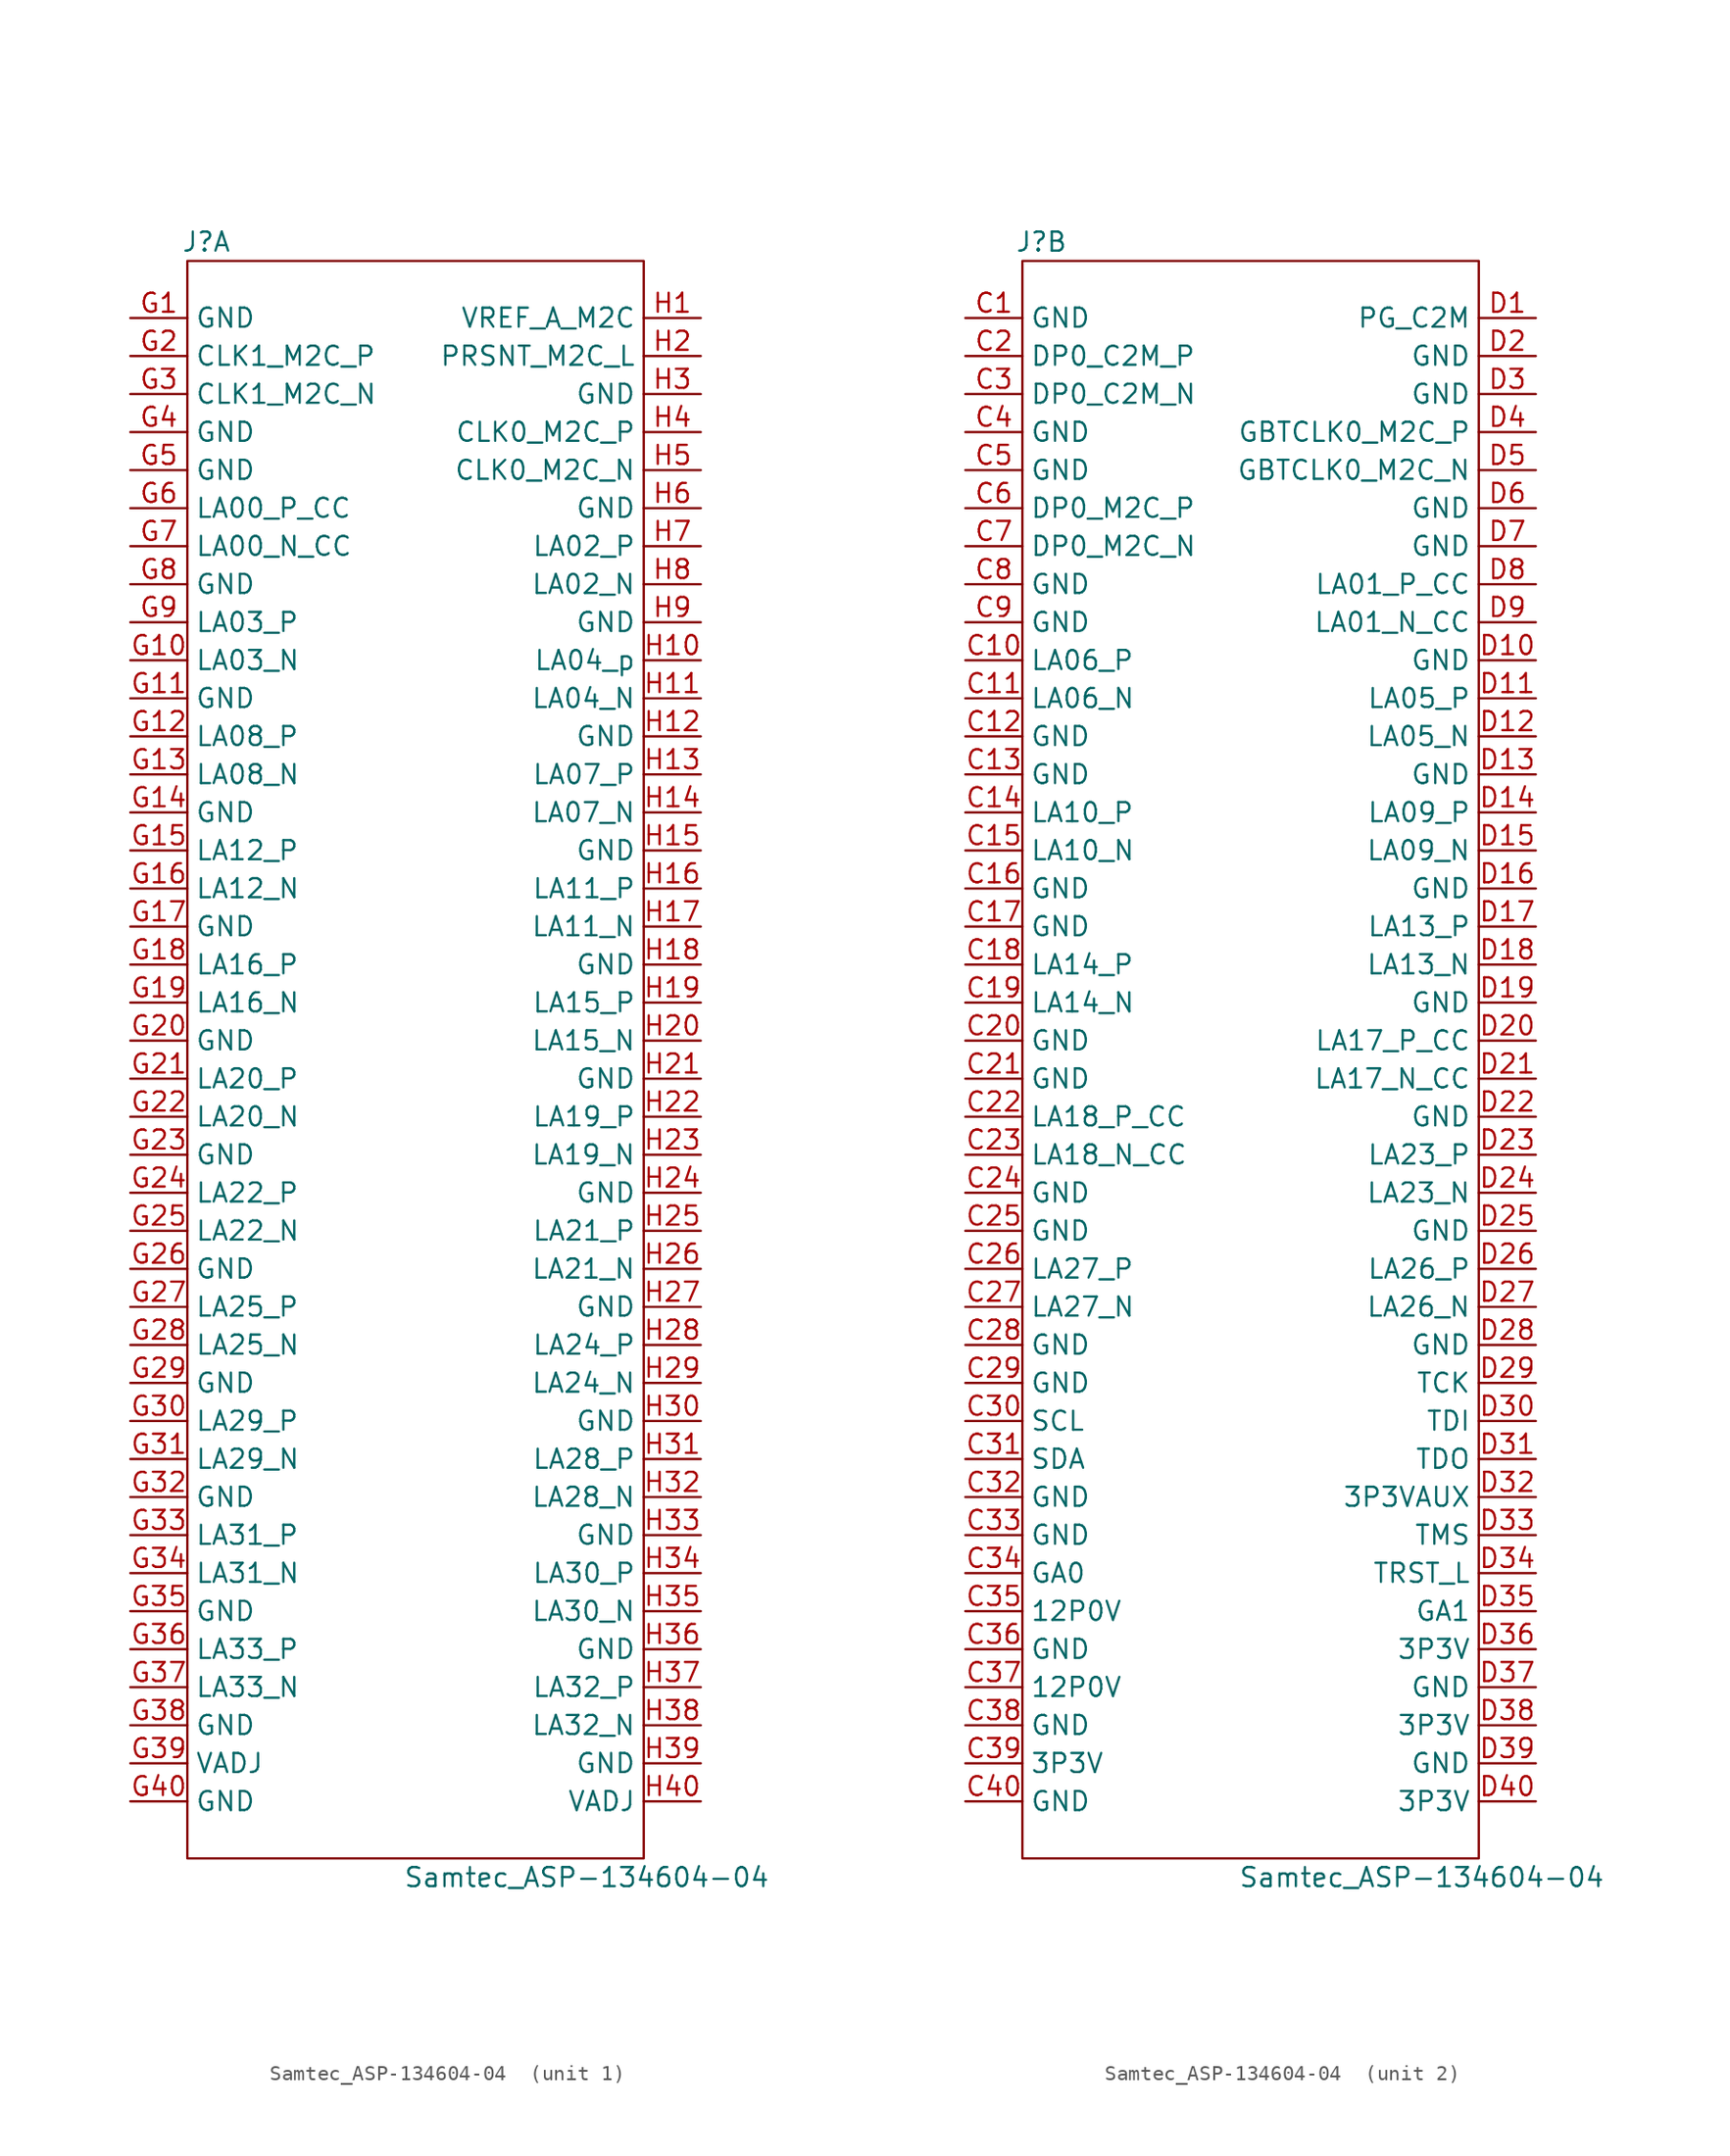
<source format=kicad_sym>
(kicad_symbol_lib
  (version 20211014)
  (generator kicad_symbol_editor)
  (symbol "Samtec_ASP-134604-04 "
    (property "Reference" "J"
      (at -13.97 54.61 0)
      (effects (font (size 1.27 1.27))))
    (property "Value" "Samtec_ASP-134604-04 "
      (at 11.43 -54.61 0)
      (effects (font (size 1.27 1.27))))
    (property "ki_locked" ""
      (at 0 0 0)
      (effects (font (size 1.27 1.27))))
    (symbol "Samtec_ASP-134604-04 _0_1"
      (rectangle (start -15.24 53.34) (end 15.24 -53.34) (stroke (width 0) (type default) (color 0 0 0 0)) (fill (type none))))
    (symbol "Samtec_ASP-134604-04 _1_1"
      (pin passive line (at -19.05 49.53 0) (length 3.81) (name "GND" (effects (font (size 1.27 1.27)))) (number "G1" (effects (font (size 1.27 1.27)))))
      (pin passive line (at -19.05 26.67 0) (length 3.81) (name "LA03_N" (effects (font (size 1.27 1.27)))) (number "G10" (effects (font (size 1.27 1.27)))))
      (pin passive line (at -19.05 24.13 0) (length 3.81) (name "GND" (effects (font (size 1.27 1.27)))) (number "G11" (effects (font (size 1.27 1.27)))))
      (pin passive line (at -19.05 21.59 0) (length 3.81) (name "LA08_P" (effects (font (size 1.27 1.27)))) (number "G12" (effects (font (size 1.27 1.27)))))
      (pin passive line (at -19.05 19.05 0) (length 3.81) (name "LA08_N" (effects (font (size 1.27 1.27)))) (number "G13" (effects (font (size 1.27 1.27)))))
      (pin passive line (at -19.05 16.51 0) (length 3.81) (name "GND" (effects (font (size 1.27 1.27)))) (number "G14" (effects (font (size 1.27 1.27)))))
      (pin passive line (at -19.05 13.97 0) (length 3.81) (name "LA12_P" (effects (font (size 1.27 1.27)))) (number "G15" (effects (font (size 1.27 1.27)))))
      (pin passive line (at -19.05 11.43 0) (length 3.81) (name "LA12_N" (effects (font (size 1.27 1.27)))) (number "G16" (effects (font (size 1.27 1.27)))))
      (pin passive line (at -19.05 8.89 0) (length 3.81) (name "GND" (effects (font (size 1.27 1.27)))) (number "G17" (effects (font (size 1.27 1.27)))))
      (pin passive line (at -19.05 6.35 0) (length 3.81) (name "LA16_P" (effects (font (size 1.27 1.27)))) (number "G18" (effects (font (size 1.27 1.27)))))
      (pin passive line (at -19.05 3.81 0) (length 3.81) (name "LA16_N" (effects (font (size 1.27 1.27)))) (number "G19" (effects (font (size 1.27 1.27)))))
      (pin output line (at -19.05 46.99 0) (length 3.81) (name "CLK1_M2C_P" (effects (font (size 1.27 1.27)))) (number "G2" (effects (font (size 1.27 1.27)))))
      (pin passive line (at -19.05 1.27 0) (length 3.81) (name "GND" (effects (font (size 1.27 1.27)))) (number "G20" (effects (font (size 1.27 1.27)))))
      (pin passive line (at -19.05 -1.27 0) (length 3.81) (name "LA20_P" (effects (font (size 1.27 1.27)))) (number "G21" (effects (font (size 1.27 1.27)))))
      (pin passive line (at -19.05 -3.81 0) (length 3.81) (name "LA20_N" (effects (font (size 1.27 1.27)))) (number "G22" (effects (font (size 1.27 1.27)))))
      (pin passive line (at -19.05 -6.35 0) (length 3.81) (name "GND" (effects (font (size 1.27 1.27)))) (number "G23" (effects (font (size 1.27 1.27)))))
      (pin passive line (at -19.05 -8.89 0) (length 3.81) (name "LA22_P" (effects (font (size 1.27 1.27)))) (number "G24" (effects (font (size 1.27 1.27)))))
      (pin passive line (at -19.05 -11.43 0) (length 3.81) (name "LA22_N" (effects (font (size 1.27 1.27)))) (number "G25" (effects (font (size 1.27 1.27)))))
      (pin passive line (at -19.05 -13.97 0) (length 3.81) (name "GND" (effects (font (size 1.27 1.27)))) (number "G26" (effects (font (size 1.27 1.27)))))
      (pin passive line (at -19.05 -16.51 0) (length 3.81) (name "LA25_P" (effects (font (size 1.27 1.27)))) (number "G27" (effects (font (size 1.27 1.27)))))
      (pin passive line (at -19.05 -19.05 0) (length 3.81) (name "LA25_N" (effects (font (size 1.27 1.27)))) (number "G28" (effects (font (size 1.27 1.27)))))
      (pin passive line (at -19.05 -21.59 0) (length 3.81) (name "GND" (effects (font (size 1.27 1.27)))) (number "G29" (effects (font (size 1.27 1.27)))))
      (pin output line (at -19.05 44.45 0) (length 3.81) (name "CLK1_M2C_N" (effects (font (size 1.27 1.27)))) (number "G3" (effects (font (size 1.27 1.27)))))
      (pin passive line (at -19.05 -24.13 0) (length 3.81) (name "LA29_P" (effects (font (size 1.27 1.27)))) (number "G30" (effects (font (size 1.27 1.27)))))
      (pin passive line (at -19.05 -26.67 0) (length 3.81) (name "LA29_N" (effects (font (size 1.27 1.27)))) (number "G31" (effects (font (size 1.27 1.27)))))
      (pin passive line (at -19.05 -29.21 0) (length 3.81) (name "GND" (effects (font (size 1.27 1.27)))) (number "G32" (effects (font (size 1.27 1.27)))))
      (pin passive line (at -19.05 -31.75 0) (length 3.81) (name "LA31_P" (effects (font (size 1.27 1.27)))) (number "G33" (effects (font (size 1.27 1.27)))))
      (pin passive line (at -19.05 -34.29 0) (length 3.81) (name "LA31_N" (effects (font (size 1.27 1.27)))) (number "G34" (effects (font (size 1.27 1.27)))))
      (pin passive line (at -19.05 -36.83 0) (length 3.81) (name "GND" (effects (font (size 1.27 1.27)))) (number "G35" (effects (font (size 1.27 1.27)))))
      (pin passive line (at -19.05 -39.37 0) (length 3.81) (name "LA33_P" (effects (font (size 1.27 1.27)))) (number "G36" (effects (font (size 1.27 1.27)))))
      (pin passive line (at -19.05 -41.91 0) (length 3.81) (name "LA33_N" (effects (font (size 1.27 1.27)))) (number "G37" (effects (font (size 1.27 1.27)))))
      (pin passive line (at -19.05 -44.45 0) (length 3.81) (name "GND" (effects (font (size 1.27 1.27)))) (number "G38" (effects (font (size 1.27 1.27)))))
      (pin passive line (at -19.05 -46.99 0) (length 3.81) (name "VADJ" (effects (font (size 1.27 1.27)))) (number "G39" (effects (font (size 1.27 1.27)))))
      (pin passive line (at -19.05 41.91 0) (length 3.81) (name "GND" (effects (font (size 1.27 1.27)))) (number "G4" (effects (font (size 1.27 1.27)))))
      (pin passive line (at -19.05 -49.53 0) (length 3.81) (name "GND" (effects (font (size 1.27 1.27)))) (number "G40" (effects (font (size 1.27 1.27)))))
      (pin passive line (at -19.05 39.37 0) (length 3.81) (name "GND" (effects (font (size 1.27 1.27)))) (number "G5" (effects (font (size 1.27 1.27)))))
      (pin passive line (at -19.05 36.83 0) (length 3.81) (name "LA00_P_CC" (effects (font (size 1.27 1.27)))) (number "G6" (effects (font (size 1.27 1.27)))))
      (pin passive line (at -19.05 34.29 0) (length 3.81) (name "LA00_N_CC" (effects (font (size 1.27 1.27)))) (number "G7" (effects (font (size 1.27 1.27)))))
      (pin passive line (at -19.05 31.75 0) (length 3.81) (name "GND" (effects (font (size 1.27 1.27)))) (number "G8" (effects (font (size 1.27 1.27)))))
      (pin passive line (at -19.05 29.21 0) (length 3.81) (name "LA03_P" (effects (font (size 1.27 1.27)))) (number "G9" (effects (font (size 1.27 1.27)))))
      (pin passive line (at 19.05 49.53 180) (length 3.81) (name "VREF_A_M2C" (effects (font (size 1.27 1.27)))) (number "H1" (effects (font (size 1.27 1.27)))))
      (pin passive line (at 19.05 26.67 180) (length 3.81) (name "LA04_p" (effects (font (size 1.27 1.27)))) (number "H10" (effects (font (size 1.27 1.27)))))
      (pin passive line (at 19.05 24.13 180) (length 3.81) (name "LA04_N" (effects (font (size 1.27 1.27)))) (number "H11" (effects (font (size 1.27 1.27)))))
      (pin passive line (at 19.05 21.59 180) (length 3.81) (name "GND" (effects (font (size 1.27 1.27)))) (number "H12" (effects (font (size 1.27 1.27)))))
      (pin passive line (at 19.05 19.05 180) (length 3.81) (name "LA07_P" (effects (font (size 1.27 1.27)))) (number "H13" (effects (font (size 1.27 1.27)))))
      (pin passive line (at 19.05 16.51 180) (length 3.81) (name "LA07_N" (effects (font (size 1.27 1.27)))) (number "H14" (effects (font (size 1.27 1.27)))))
      (pin passive line (at 19.05 13.97 180) (length 3.81) (name "GND" (effects (font (size 1.27 1.27)))) (number "H15" (effects (font (size 1.27 1.27)))))
      (pin passive line (at 19.05 11.43 180) (length 3.81) (name "LA11_P" (effects (font (size 1.27 1.27)))) (number "H16" (effects (font (size 1.27 1.27)))))
      (pin passive line (at 19.05 8.89 180) (length 3.81) (name "LA11_N" (effects (font (size 1.27 1.27)))) (number "H17" (effects (font (size 1.27 1.27)))))
      (pin passive line (at 19.05 6.35 180) (length 3.81) (name "GND" (effects (font (size 1.27 1.27)))) (number "H18" (effects (font (size 1.27 1.27)))))
      (pin passive line (at 19.05 3.81 180) (length 3.81) (name "LA15_P" (effects (font (size 1.27 1.27)))) (number "H19" (effects (font (size 1.27 1.27)))))
      (pin passive line (at 19.05 46.99 180) (length 3.81) (name "PRSNT_M2C_L" (effects (font (size 1.27 1.27)))) (number "H2" (effects (font (size 1.27 1.27)))))
      (pin passive line (at 19.05 1.27 180) (length 3.81) (name "LA15_N" (effects (font (size 1.27 1.27)))) (number "H20" (effects (font (size 1.27 1.27)))))
      (pin passive line (at 19.05 -1.27 180) (length 3.81) (name "GND" (effects (font (size 1.27 1.27)))) (number "H21" (effects (font (size 1.27 1.27)))))
      (pin passive line (at 19.05 -3.81 180) (length 3.81) (name "LA19_P" (effects (font (size 1.27 1.27)))) (number "H22" (effects (font (size 1.27 1.27)))))
      (pin passive line (at 19.05 -6.35 180) (length 3.81) (name "LA19_N" (effects (font (size 1.27 1.27)))) (number "H23" (effects (font (size 1.27 1.27)))))
      (pin passive line (at 19.05 -8.89 180) (length 3.81) (name "GND" (effects (font (size 1.27 1.27)))) (number "H24" (effects (font (size 1.27 1.27)))))
      (pin passive line (at 19.05 -11.43 180) (length 3.81) (name "LA21_P" (effects (font (size 1.27 1.27)))) (number "H25" (effects (font (size 1.27 1.27)))))
      (pin passive line (at 19.05 -13.97 180) (length 3.81) (name "LA21_N" (effects (font (size 1.27 1.27)))) (number "H26" (effects (font (size 1.27 1.27)))))
      (pin passive line (at 19.05 -16.51 180) (length 3.81) (name "GND" (effects (font (size 1.27 1.27)))) (number "H27" (effects (font (size 1.27 1.27)))))
      (pin passive line (at 19.05 -19.05 180) (length 3.81) (name "LA24_P" (effects (font (size 1.27 1.27)))) (number "H28" (effects (font (size 1.27 1.27)))))
      (pin passive line (at 19.05 -21.59 180) (length 3.81) (name "LA24_N" (effects (font (size 1.27 1.27)))) (number "H29" (effects (font (size 1.27 1.27)))))
      (pin passive line (at 19.05 44.45 180) (length 3.81) (name "GND" (effects (font (size 1.27 1.27)))) (number "H3" (effects (font (size 1.27 1.27)))))
      (pin passive line (at 19.05 -24.13 180) (length 3.81) (name "GND" (effects (font (size 1.27 1.27)))) (number "H30" (effects (font (size 1.27 1.27)))))
      (pin passive line (at 19.05 -26.67 180) (length 3.81) (name "LA28_P" (effects (font (size 1.27 1.27)))) (number "H31" (effects (font (size 1.27 1.27)))))
      (pin passive line (at 19.05 -29.21 180) (length 3.81) (name "LA28_N" (effects (font (size 1.27 1.27)))) (number "H32" (effects (font (size 1.27 1.27)))))
      (pin passive line (at 19.05 -31.75 180) (length 3.81) (name "GND" (effects (font (size 1.27 1.27)))) (number "H33" (effects (font (size 1.27 1.27)))))
      (pin passive line (at 19.05 -34.29 180) (length 3.81) (name "LA30_P" (effects (font (size 1.27 1.27)))) (number "H34" (effects (font (size 1.27 1.27)))))
      (pin passive line (at 19.05 -36.83 180) (length 3.81) (name "LA30_N" (effects (font (size 1.27 1.27)))) (number "H35" (effects (font (size 1.27 1.27)))))
      (pin passive line (at 19.05 -39.37 180) (length 3.81) (name "GND" (effects (font (size 1.27 1.27)))) (number "H36" (effects (font (size 1.27 1.27)))))
      (pin passive line (at 19.05 -41.91 180) (length 3.81) (name "LA32_P" (effects (font (size 1.27 1.27)))) (number "H37" (effects (font (size 1.27 1.27)))))
      (pin passive line (at 19.05 -44.45 180) (length 3.81) (name "LA32_N" (effects (font (size 1.27 1.27)))) (number "H38" (effects (font (size 1.27 1.27)))))
      (pin passive line (at 19.05 -46.99 180) (length 3.81) (name "GND" (effects (font (size 1.27 1.27)))) (number "H39" (effects (font (size 1.27 1.27)))))
      (pin output line (at 19.05 41.91 180) (length 3.81) (name "CLK0_M2C_P" (effects (font (size 1.27 1.27)))) (number "H4" (effects (font (size 1.27 1.27)))))
      (pin passive line (at 19.05 -49.53 180) (length 3.81) (name "VADJ" (effects (font (size 1.27 1.27)))) (number "H40" (effects (font (size 1.27 1.27)))))
      (pin output line (at 19.05 39.37 180) (length 3.81) (name "CLK0_M2C_N" (effects (font (size 1.27 1.27)))) (number "H5" (effects (font (size 1.27 1.27)))))
      (pin passive line (at 19.05 36.83 180) (length 3.81) (name "GND" (effects (font (size 1.27 1.27)))) (number "H6" (effects (font (size 1.27 1.27)))))
      (pin passive line (at 19.05 34.29 180) (length 3.81) (name "LA02_P" (effects (font (size 1.27 1.27)))) (number "H7" (effects (font (size 1.27 1.27)))))
      (pin passive line (at 19.05 31.75 180) (length 3.81) (name "LA02_N" (effects (font (size 1.27 1.27)))) (number "H8" (effects (font (size 1.27 1.27)))))
      (pin passive line (at 19.05 29.21 180) (length 3.81) (name "GND" (effects (font (size 1.27 1.27)))) (number "H9" (effects (font (size 1.27 1.27))))))
    (symbol "Samtec_ASP-134604-04 _2_1"
      (pin passive line (at -19.05 49.53 0) (length 3.81) (name "GND" (effects (font (size 1.27 1.27)))) (number "C1" (effects (font (size 1.27 1.27)))))
      (pin passive line (at -19.05 26.67 0) (length 3.81) (name "LA06_P" (effects (font (size 1.27 1.27)))) (number "C10" (effects (font (size 1.27 1.27)))))
      (pin passive line (at -19.05 24.13 0) (length 3.81) (name "LA06_N" (effects (font (size 1.27 1.27)))) (number "C11" (effects (font (size 1.27 1.27)))))
      (pin passive line (at -19.05 21.59 0) (length 3.81) (name "GND" (effects (font (size 1.27 1.27)))) (number "C12" (effects (font (size 1.27 1.27)))))
      (pin passive line (at -19.05 19.05 0) (length 3.81) (name "GND" (effects (font (size 1.27 1.27)))) (number "C13" (effects (font (size 1.27 1.27)))))
      (pin passive line (at -19.05 16.51 0) (length 3.81) (name "LA10_P" (effects (font (size 1.27 1.27)))) (number "C14" (effects (font (size 1.27 1.27)))))
      (pin passive line (at -19.05 13.97 0) (length 3.81) (name "LA10_N" (effects (font (size 1.27 1.27)))) (number "C15" (effects (font (size 1.27 1.27)))))
      (pin passive line (at -19.05 11.43 0) (length 3.81) (name "GND" (effects (font (size 1.27 1.27)))) (number "C16" (effects (font (size 1.27 1.27)))))
      (pin passive line (at -19.05 8.89 0) (length 3.81) (name "GND" (effects (font (size 1.27 1.27)))) (number "C17" (effects (font (size 1.27 1.27)))))
      (pin passive line (at -19.05 6.35 0) (length 3.81) (name "LA14_P" (effects (font (size 1.27 1.27)))) (number "C18" (effects (font (size 1.27 1.27)))))
      (pin passive line (at -19.05 3.81 0) (length 3.81) (name "LA14_N" (effects (font (size 1.27 1.27)))) (number "C19" (effects (font (size 1.27 1.27)))))
      (pin passive line (at -19.05 46.99 0) (length 3.81) (name "DP0_C2M_P" (effects (font (size 1.27 1.27)))) (number "C2" (effects (font (size 1.27 1.27)))))
      (pin passive line (at -19.05 1.27 0) (length 3.81) (name "GND" (effects (font (size 1.27 1.27)))) (number "C20" (effects (font (size 1.27 1.27)))))
      (pin passive line (at -19.05 -1.27 0) (length 3.81) (name "GND" (effects (font (size 1.27 1.27)))) (number "C21" (effects (font (size 1.27 1.27)))))
      (pin passive line (at -19.05 -3.81 0) (length 3.81) (name "LA18_P_CC" (effects (font (size 1.27 1.27)))) (number "C22" (effects (font (size 1.27 1.27)))))
      (pin passive line (at -19.05 -6.35 0) (length 3.81) (name "LA18_N_CC" (effects (font (size 1.27 1.27)))) (number "C23" (effects (font (size 1.27 1.27)))))
      (pin passive line (at -19.05 -8.89 0) (length 3.81) (name "GND" (effects (font (size 1.27 1.27)))) (number "C24" (effects (font (size 1.27 1.27)))))
      (pin passive line (at -19.05 -11.43 0) (length 3.81) (name "GND" (effects (font (size 1.27 1.27)))) (number "C25" (effects (font (size 1.27 1.27)))))
      (pin passive line (at -19.05 -13.97 0) (length 3.81) (name "LA27_P" (effects (font (size 1.27 1.27)))) (number "C26" (effects (font (size 1.27 1.27)))))
      (pin passive line (at -19.05 -16.51 0) (length 3.81) (name "LA27_N" (effects (font (size 1.27 1.27)))) (number "C27" (effects (font (size 1.27 1.27)))))
      (pin passive line (at -19.05 -19.05 0) (length 3.81) (name "GND" (effects (font (size 1.27 1.27)))) (number "C28" (effects (font (size 1.27 1.27)))))
      (pin passive line (at -19.05 -21.59 0) (length 3.81) (name "GND" (effects (font (size 1.27 1.27)))) (number "C29" (effects (font (size 1.27 1.27)))))
      (pin passive line (at -19.05 44.45 0) (length 3.81) (name "DP0_C2M_N" (effects (font (size 1.27 1.27)))) (number "C3" (effects (font (size 1.27 1.27)))))
      (pin passive line (at -19.05 -24.13 0) (length 3.81) (name "SCL" (effects (font (size 1.27 1.27)))) (number "C30" (effects (font (size 1.27 1.27)))))
      (pin passive line (at -19.05 -26.67 0) (length 3.81) (name "SDA" (effects (font (size 1.27 1.27)))) (number "C31" (effects (font (size 1.27 1.27)))))
      (pin passive line (at -19.05 -29.21 0) (length 3.81) (name "GND" (effects (font (size 1.27 1.27)))) (number "C32" (effects (font (size 1.27 1.27)))))
      (pin passive line (at -19.05 -31.75 0) (length 3.81) (name "GND" (effects (font (size 1.27 1.27)))) (number "C33" (effects (font (size 1.27 1.27)))))
      (pin passive line (at -19.05 -34.29 0) (length 3.81) (name "GA0" (effects (font (size 1.27 1.27)))) (number "C34" (effects (font (size 1.27 1.27)))))
      (pin passive line (at -19.05 -36.83 0) (length 3.81) (name "12P0V" (effects (font (size 1.27 1.27)))) (number "C35" (effects (font (size 1.27 1.27)))))
      (pin passive line (at -19.05 -39.37 0) (length 3.81) (name "GND" (effects (font (size 1.27 1.27)))) (number "C36" (effects (font (size 1.27 1.27)))))
      (pin passive line (at -19.05 -41.91 0) (length 3.81) (name "12P0V" (effects (font (size 1.27 1.27)))) (number "C37" (effects (font (size 1.27 1.27)))))
      (pin passive line (at -19.05 -44.45 0) (length 3.81) (name "GND" (effects (font (size 1.27 1.27)))) (number "C38" (effects (font (size 1.27 1.27)))))
      (pin passive line (at -19.05 -46.99 0) (length 3.81) (name "3P3V" (effects (font (size 1.27 1.27)))) (number "C39" (effects (font (size 1.27 1.27)))))
      (pin passive line (at -19.05 41.91 0) (length 3.81) (name "GND" (effects (font (size 1.27 1.27)))) (number "C4" (effects (font (size 1.27 1.27)))))
      (pin passive line (at -19.05 -49.53 0) (length 3.81) (name "GND" (effects (font (size 1.27 1.27)))) (number "C40" (effects (font (size 1.27 1.27)))))
      (pin passive line (at -19.05 39.37 0) (length 3.81) (name "GND" (effects (font (size 1.27 1.27)))) (number "C5" (effects (font (size 1.27 1.27)))))
      (pin passive line (at -19.05 36.83 0) (length 3.81) (name "DP0_M2C_P" (effects (font (size 1.27 1.27)))) (number "C6" (effects (font (size 1.27 1.27)))))
      (pin passive line (at -19.05 34.29 0) (length 3.81) (name "DP0_M2C_N" (effects (font (size 1.27 1.27)))) (number "C7" (effects (font (size 1.27 1.27)))))
      (pin passive line (at -19.05 31.75 0) (length 3.81) (name "GND" (effects (font (size 1.27 1.27)))) (number "C8" (effects (font (size 1.27 1.27)))))
      (pin passive line (at -19.05 29.21 0) (length 3.81) (name "GND" (effects (font (size 1.27 1.27)))) (number "C9" (effects (font (size 1.27 1.27)))))
      (pin passive line (at 19.05 49.53 180) (length 3.81) (name "PG_C2M" (effects (font (size 1.27 1.27)))) (number "D1" (effects (font (size 1.27 1.27)))))
      (pin passive line (at 19.05 26.67 180) (length 3.81) (name "GND" (effects (font (size 1.27 1.27)))) (number "D10" (effects (font (size 1.27 1.27)))))
      (pin passive line (at 19.05 24.13 180) (length 3.81) (name "LA05_P" (effects (font (size 1.27 1.27)))) (number "D11" (effects (font (size 1.27 1.27)))))
      (pin passive line (at 19.05 21.59 180) (length 3.81) (name "LA05_N" (effects (font (size 1.27 1.27)))) (number "D12" (effects (font (size 1.27 1.27)))))
      (pin passive line (at 19.05 19.05 180) (length 3.81) (name "GND" (effects (font (size 1.27 1.27)))) (number "D13" (effects (font (size 1.27 1.27)))))
      (pin passive line (at 19.05 16.51 180) (length 3.81) (name "LA09_P" (effects (font (size 1.27 1.27)))) (number "D14" (effects (font (size 1.27 1.27)))))
      (pin passive line (at 19.05 13.97 180) (length 3.81) (name "LA09_N" (effects (font (size 1.27 1.27)))) (number "D15" (effects (font (size 1.27 1.27)))))
      (pin passive line (at 19.05 11.43 180) (length 3.81) (name "GND" (effects (font (size 1.27 1.27)))) (number "D16" (effects (font (size 1.27 1.27)))))
      (pin passive line (at 19.05 8.89 180) (length 3.81) (name "LA13_P" (effects (font (size 1.27 1.27)))) (number "D17" (effects (font (size 1.27 1.27)))))
      (pin passive line (at 19.05 6.35 180) (length 3.81) (name "LA13_N" (effects (font (size 1.27 1.27)))) (number "D18" (effects (font (size 1.27 1.27)))))
      (pin passive line (at 19.05 3.81 180) (length 3.81) (name "GND" (effects (font (size 1.27 1.27)))) (number "D19" (effects (font (size 1.27 1.27)))))
      (pin passive line (at 19.05 46.99 180) (length 3.81) (name "GND" (effects (font (size 1.27 1.27)))) (number "D2" (effects (font (size 1.27 1.27)))))
      (pin passive line (at 19.05 1.27 180) (length 3.81) (name "LA17_P_CC" (effects (font (size 1.27 1.27)))) (number "D20" (effects (font (size 1.27 1.27)))))
      (pin passive line (at 19.05 -1.27 180) (length 3.81) (name "LA17_N_CC" (effects (font (size 1.27 1.27)))) (number "D21" (effects (font (size 1.27 1.27)))))
      (pin passive line (at 19.05 -3.81 180) (length 3.81) (name "GND" (effects (font (size 1.27 1.27)))) (number "D22" (effects (font (size 1.27 1.27)))))
      (pin passive line (at 19.05 -6.35 180) (length 3.81) (name "LA23_P" (effects (font (size 1.27 1.27)))) (number "D23" (effects (font (size 1.27 1.27)))))
      (pin passive line (at 19.05 -8.89 180) (length 3.81) (name "LA23_N" (effects (font (size 1.27 1.27)))) (number "D24" (effects (font (size 1.27 1.27)))))
      (pin passive line (at 19.05 -11.43 180) (length 3.81) (name "GND" (effects (font (size 1.27 1.27)))) (number "D25" (effects (font (size 1.27 1.27)))))
      (pin passive line (at 19.05 -13.97 180) (length 3.81) (name "LA26_P" (effects (font (size 1.27 1.27)))) (number "D26" (effects (font (size 1.27 1.27)))))
      (pin passive line (at 19.05 -16.51 180) (length 3.81) (name "LA26_N" (effects (font (size 1.27 1.27)))) (number "D27" (effects (font (size 1.27 1.27)))))
      (pin passive line (at 19.05 -19.05 180) (length 3.81) (name "GND" (effects (font (size 1.27 1.27)))) (number "D28" (effects (font (size 1.27 1.27)))))
      (pin passive line (at 19.05 -21.59 180) (length 3.81) (name "TCK" (effects (font (size 1.27 1.27)))) (number "D29" (effects (font (size 1.27 1.27)))))
      (pin passive line (at 19.05 44.45 180) (length 3.81) (name "GND" (effects (font (size 1.27 1.27)))) (number "D3" (effects (font (size 1.27 1.27)))))
      (pin passive line (at 19.05 -24.13 180) (length 3.81) (name "TDI" (effects (font (size 1.27 1.27)))) (number "D30" (effects (font (size 1.27 1.27)))))
      (pin passive line (at 19.05 -26.67 180) (length 3.81) (name "TDO" (effects (font (size 1.27 1.27)))) (number "D31" (effects (font (size 1.27 1.27)))))
      (pin passive line (at 19.05 -29.21 180) (length 3.81) (name "3P3VAUX" (effects (font (size 1.27 1.27)))) (number "D32" (effects (font (size 1.27 1.27)))))
      (pin passive line (at 19.05 -31.75 180) (length 3.81) (name "TMS" (effects (font (size 1.27 1.27)))) (number "D33" (effects (font (size 1.27 1.27)))))
      (pin passive line (at 19.05 -34.29 180) (length 3.81) (name "TRST_L" (effects (font (size 1.27 1.27)))) (number "D34" (effects (font (size 1.27 1.27)))))
      (pin passive line (at 19.05 -36.83 180) (length 3.81) (name "GA1" (effects (font (size 1.27 1.27)))) (number "D35" (effects (font (size 1.27 1.27)))))
      (pin passive line (at 19.05 -39.37 180) (length 3.81) (name "3P3V" (effects (font (size 1.27 1.27)))) (number "D36" (effects (font (size 1.27 1.27)))))
      (pin passive line (at 19.05 -41.91 180) (length 3.81) (name "GND" (effects (font (size 1.27 1.27)))) (number "D37" (effects (font (size 1.27 1.27)))))
      (pin passive line (at 19.05 -44.45 180) (length 3.81) (name "3P3V" (effects (font (size 1.27 1.27)))) (number "D38" (effects (font (size 1.27 1.27)))))
      (pin passive line (at 19.05 -46.99 180) (length 3.81) (name "GND" (effects (font (size 1.27 1.27)))) (number "D39" (effects (font (size 1.27 1.27)))))
      (pin passive line (at 19.05 41.91 180) (length 3.81) (name "GBTCLK0_M2C_P" (effects (font (size 1.27 1.27)))) (number "D4" (effects (font (size 1.27 1.27)))))
      (pin passive line (at 19.05 -49.53 180) (length 3.81) (name "3P3V" (effects (font (size 1.27 1.27)))) (number "D40" (effects (font (size 1.27 1.27)))))
      (pin passive line (at 19.05 39.37 180) (length 3.81) (name "GBTCLK0_M2C_N" (effects (font (size 1.27 1.27)))) (number "D5" (effects (font (size 1.27 1.27)))))
      (pin passive line (at 19.05 36.83 180) (length 3.81) (name "GND" (effects (font (size 1.27 1.27)))) (number "D6" (effects (font (size 1.27 1.27)))))
      (pin passive line (at 19.05 34.29 180) (length 3.81) (name "GND" (effects (font (size 1.27 1.27)))) (number "D7" (effects (font (size 1.27 1.27)))))
      (pin passive line (at 19.05 31.75 180) (length 3.81) (name "LA01_P_CC" (effects (font (size 1.27 1.27)))) (number "D8" (effects (font (size 1.27 1.27)))))
      (pin passive line (at 19.05 29.21 180) (length 3.81) (name "LA01_N_CC" (effects (font (size 1.27 1.27)))) (number "D9" (effects (font (size 1.27 1.27))))))))
</source>
